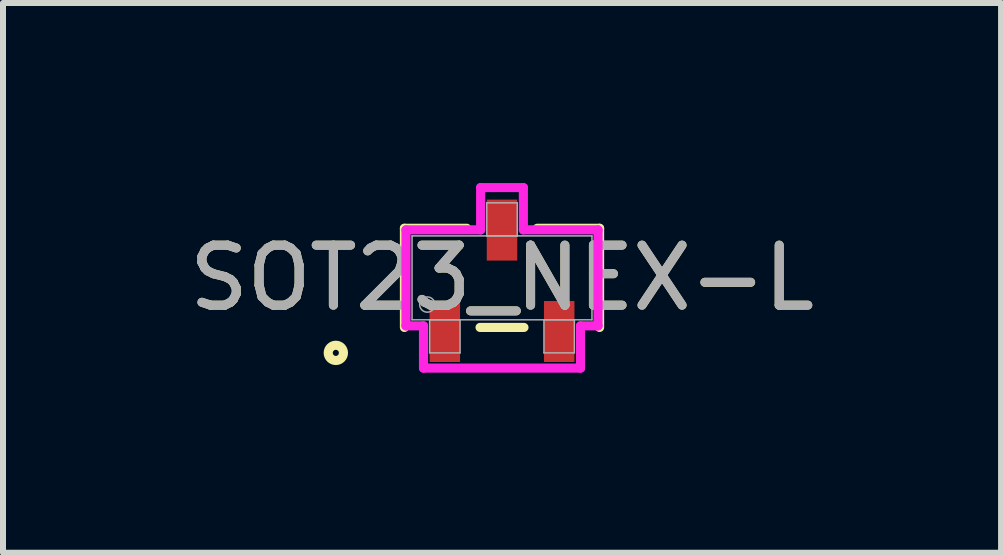
<source format=kicad_pcb>
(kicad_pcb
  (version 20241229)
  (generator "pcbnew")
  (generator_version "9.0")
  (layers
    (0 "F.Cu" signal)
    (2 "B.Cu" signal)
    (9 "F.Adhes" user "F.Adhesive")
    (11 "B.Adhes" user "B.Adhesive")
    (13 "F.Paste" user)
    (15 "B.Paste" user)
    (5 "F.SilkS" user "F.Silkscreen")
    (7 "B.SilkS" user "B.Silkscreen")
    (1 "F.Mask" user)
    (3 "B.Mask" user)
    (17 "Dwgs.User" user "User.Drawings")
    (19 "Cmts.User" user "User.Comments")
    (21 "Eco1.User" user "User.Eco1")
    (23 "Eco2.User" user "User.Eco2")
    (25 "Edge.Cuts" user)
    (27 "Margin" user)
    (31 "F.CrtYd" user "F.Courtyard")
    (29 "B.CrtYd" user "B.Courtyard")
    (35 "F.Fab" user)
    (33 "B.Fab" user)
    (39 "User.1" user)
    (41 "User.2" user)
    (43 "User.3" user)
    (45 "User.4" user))
  (footprint "SOT23_NEX-L"
    (layer "F.Cu")
    (at 5.315 1.58)
    (property "Reference" "SOT23_NEX-L" (at 0 0 0) (unlocked yes) (layer "F.SilkS") (effects (font (size 1 1) (thickness 0.15))))
    (attr smd)
    (fp_line (start -1.626 -0.826) (end -1.626 0.826) (stroke (width 0.152) (type solid)) (layer "F.SilkS"))
    (fp_line (start -0.587 -0.826) (end -1.626 -0.826) (stroke (width 0.152) (type solid)) (layer "F.SilkS"))
    (fp_line (start -0.366 0.826) (end 0.366 0.826) (stroke (width 0.152) (type solid)) (layer "F.SilkS"))
    (fp_line (start 1.626 -0.826) (end 0.587 -0.826) (stroke (width 0.152) (type solid)) (layer "F.SilkS"))
    (fp_line (start 1.626 0.826) (end 1.626 -0.826) (stroke (width 0.152) (type solid)) (layer "F.SilkS"))
    (fp_circle (center -2.769 1.25) (end -2.642 1.25) (stroke (width 0.152) (type solid)) (fill no) (layer "F.SilkS"))
    (fp_line (start -1.6 -0.8) (end -0.356 -0.8) (stroke (width 0.152) (type solid)) (layer "F.CrtYd"))
    (fp_line (start -1.6 0.8) (end -1.6 -0.8) (stroke (width 0.152) (type solid)) (layer "F.CrtYd"))
    (fp_line (start -1.6 0.8) (end -1.308 0.8) (stroke (width 0.152) (type solid)) (layer "F.CrtYd"))
    (fp_line (start -1.308 0.8) (end -1.308 1.504) (stroke (width 0.152) (type solid)) (layer "F.CrtYd"))
    (fp_line (start -1.308 1.504) (end 1.308 1.504) (stroke (width 0.152) (type solid)) (layer "F.CrtYd"))
    (fp_line (start -0.356 -1.504) (end 0.356 -1.504) (stroke (width 0.152) (type solid)) (layer "F.CrtYd"))
    (fp_line (start -0.356 -0.8) (end -0.356 -1.504) (stroke (width 0.152) (type solid)) (layer "F.CrtYd"))
    (fp_line (start 0.356 -0.8) (end 0.356 -1.504) (stroke (width 0.152) (type solid)) (layer "F.CrtYd"))
    (fp_line (start 1.308 0.8) (end 1.308 1.504) (stroke (width 0.152) (type solid)) (layer "F.CrtYd"))
    (fp_line (start 1.6 -0.8) (end 0.356 -0.8) (stroke (width 0.152) (type solid)) (layer "F.CrtYd"))
    (fp_line (start 1.6 -0.8) (end 1.6 0.8) (stroke (width 0.152) (type solid)) (layer "F.CrtYd"))
    (fp_line (start 1.6 0.8) (end 1.308 0.8) (stroke (width 0.152) (type solid)) (layer "F.CrtYd"))
    (fp_line (start -1.499 -0.699) (end -1.499 0.699) (stroke (width 0.025) (type solid)) (layer "F.Fab"))
    (fp_line (start -1.499 0.699) (end 1.499 0.699) (stroke (width 0.025) (type solid)) (layer "F.Fab"))
    (fp_line (start -1.206 0.699) (end -1.206 1.25) (stroke (width 0.025) (type solid)) (layer "F.Fab"))
    (fp_line (start -1.206 1.25) (end -0.699 1.25) (stroke (width 0.025) (type solid)) (layer "F.Fab"))
    (fp_line (start -0.699 0.699) (end -1.206 0.699) (stroke (width 0.025) (type solid)) (layer "F.Fab"))
    (fp_line (start -0.699 1.25) (end -0.699 0.699) (stroke (width 0.025) (type solid)) (layer "F.Fab"))
    (fp_line (start -0.254 -1.25) (end -0.254 -0.699) (stroke (width 0.025) (type solid)) (layer "F.Fab"))
    (fp_line (start -0.254 -0.699) (end 0.254 -0.699) (stroke (width 0.025) (type solid)) (layer "F.Fab"))
    (fp_line (start 0.254 -1.25) (end -0.254 -1.25) (stroke (width 0.025) (type solid)) (layer "F.Fab"))
    (fp_line (start 0.254 -0.699) (end 0.254 -1.25) (stroke (width 0.025) (type solid)) (layer "F.Fab"))
    (fp_line (start 0.699 0.699) (end 0.699 1.25) (stroke (width 0.025) (type solid)) (layer "F.Fab"))
    (fp_line (start 0.699 1.25) (end 1.206 1.25) (stroke (width 0.025) (type solid)) (layer "F.Fab"))
    (fp_line (start 1.206 0.699) (end 0.699 0.699) (stroke (width 0.025) (type solid)) (layer "F.Fab"))
    (fp_line (start 1.206 1.25) (end 1.206 0.699) (stroke (width 0.025) (type solid)) (layer "F.Fab"))
    (fp_line (start 1.499 -0.699) (end -1.499 -0.699) (stroke (width 0.025) (type solid)) (layer "F.Fab"))
    (fp_line (start 1.499 0.699) (end 1.499 -0.699) (stroke (width 0.025) (type solid)) (layer "F.Fab"))
    (fp_circle (center -1.245 0.445) (end -1.118 0.445) (stroke (width 0.025) (type solid)) (fill no) (layer "F.Fab"))
    (fp_text user "${REFERENCE}" (at 0 0 0) (unlocked yes) (layer "F.Fab") (effects (font (size 1 1) (thickness 0.15))))
    (pad "1" smd rect (at -0.953 0.894) (size 0.508 1.016) (layers "F.Cu" "F.Mask" "F.Paste"))
    (pad "2" smd rect (at 0.953 0.894) (size 0.508 1.016) (layers "F.Cu" "F.Mask" "F.Paste"))
    (pad "3" smd rect (at 0 -0.796) (size 0.508 1.016) (layers "F.Cu" "F.Mask" "F.Paste")))
  (gr_rect
    (start -3 -3)
    (end 13.631 6.16)
    (stroke (width 0.1) (type default))
    (fill no)
    (layer "Edge.Cuts")))
</source>
